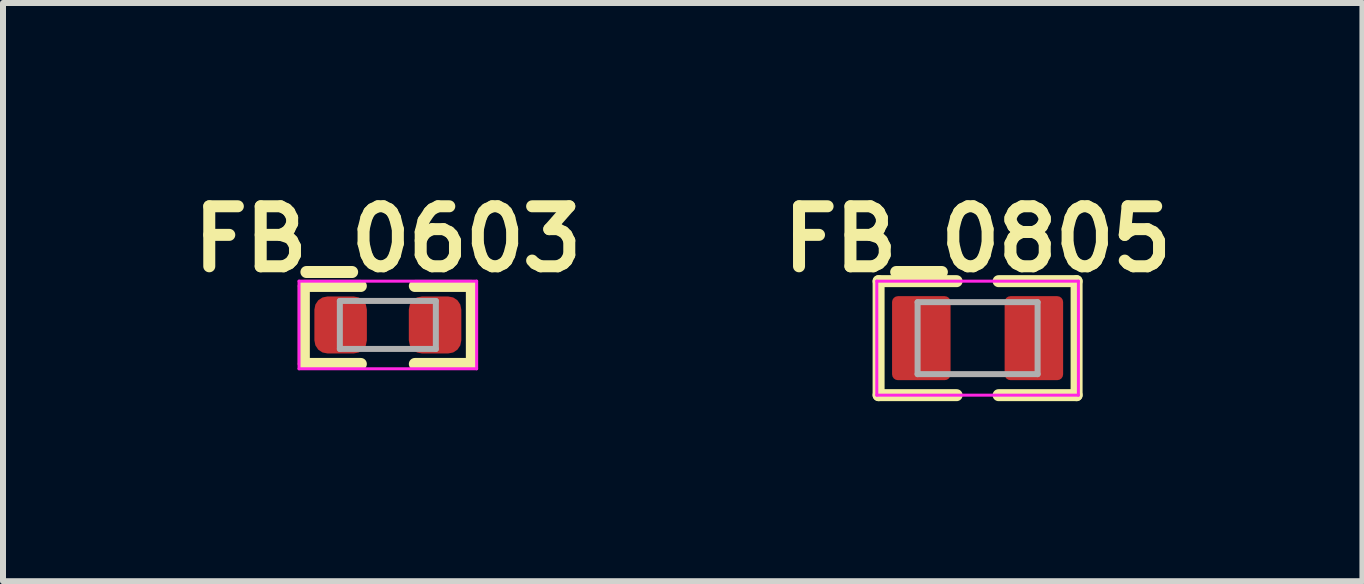
<source format=kicad_pcb>
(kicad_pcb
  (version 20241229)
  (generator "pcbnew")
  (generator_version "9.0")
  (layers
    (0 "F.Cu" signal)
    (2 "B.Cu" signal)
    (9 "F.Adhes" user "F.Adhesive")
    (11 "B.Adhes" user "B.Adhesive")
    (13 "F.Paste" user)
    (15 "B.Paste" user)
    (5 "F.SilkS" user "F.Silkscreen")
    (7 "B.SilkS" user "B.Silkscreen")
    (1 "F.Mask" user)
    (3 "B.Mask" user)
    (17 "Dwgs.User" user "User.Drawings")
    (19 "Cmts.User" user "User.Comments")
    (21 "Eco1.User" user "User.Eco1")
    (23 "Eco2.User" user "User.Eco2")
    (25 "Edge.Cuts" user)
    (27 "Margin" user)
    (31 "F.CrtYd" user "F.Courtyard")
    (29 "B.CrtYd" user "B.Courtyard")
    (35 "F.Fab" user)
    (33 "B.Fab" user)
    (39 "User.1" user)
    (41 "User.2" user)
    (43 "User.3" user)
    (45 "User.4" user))
  (footprint "FB_0603"
    (layer "F.Cu")
    (at 3.414 2.366)
    (property "Reference" "FB_0603" (at 0 -1.43 0) (layer "F.SilkS") (effects (font (size 1 1) (thickness 0.2))))
    (attr smd)
    (fp_line (start -1.4 -0.65) (end -1.4 0.65) (stroke (width 0.2) (type solid)) (layer "F.SilkS"))
    (fp_line (start -1.4 0.65) (end -0.45 0.65) (stroke (width 0.2) (type solid)) (layer "F.SilkS"))
    (fp_line (start -0.45 -0.65) (end -1.4 -0.65) (stroke (width 0.2) (type solid)) (layer "F.SilkS"))
    (fp_line (start 1.4 -0.65) (end 0.45 -0.65) (stroke (width 0.2) (type solid)) (layer "F.SilkS"))
    (fp_line (start 1.4 -0.65) (end 1.4 0.65) (stroke (width 0.2) (type solid)) (layer "F.SilkS"))
    (fp_line (start 1.4 0.65) (end 0.45 0.65) (stroke (width 0.2) (type solid)) (layer "F.SilkS"))
    (fp_line (start -1.48 -0.73) (end 1.48 -0.73) (stroke (width 0.05) (type solid)) (layer "F.CrtYd"))
    (fp_line (start -1.48 0.73) (end -1.48 -0.73) (stroke (width 0.05) (type solid)) (layer "F.CrtYd"))
    (fp_line (start 1.48 -0.73) (end 1.48 0.73) (stroke (width 0.05) (type solid)) (layer "F.CrtYd"))
    (fp_line (start 1.48 0.73) (end -1.48 0.73) (stroke (width 0.05) (type solid)) (layer "F.CrtYd"))
    (fp_line (start -0.8 -0.4) (end 0.8 -0.4) (stroke (width 0.1) (type solid)) (layer "F.Fab"))
    (fp_line (start -0.8 0.4) (end -0.8 -0.4) (stroke (width 0.1) (type solid)) (layer "F.Fab"))
    (fp_line (start 0.8 -0.4) (end 0.8 0.4) (stroke (width 0.1) (type solid)) (layer "F.Fab"))
    (fp_line (start 0.8 0.4) (end -0.8 0.4) (stroke (width 0.1) (type solid)) (layer "F.Fab"))
    (pad "1" smd roundrect (at -0.787 0) (size 0.875 0.95) (layers "F.Cu" "F.Mask" "F.Paste") (roundrect_rratio 0.25))
    (pad "2" smd roundrect (at 0.787 0) (size 0.875 0.95) (layers "F.Cu" "F.Mask" "F.Paste") (roundrect_rratio 0.25)))
  (footprint "FB_0805"
    (layer "F.Cu")
    (at 13.243 2.586)
    (property "Reference" "FB_0805" (at 0 -1.65 0) (layer "F.SilkS") (effects (font (size 1 1) (thickness 0.2))))
    (attr smd)
    (fp_line (start -1.65 -0.95) (end -1.65 0.95) (stroke (width 0.2) (type solid)) (layer "F.SilkS"))
    (fp_line (start -1.65 0.95) (end -0.35 0.95) (stroke (width 0.2) (type solid)) (layer "F.SilkS"))
    (fp_line (start -0.35 -0.95) (end -1.65 -0.95) (stroke (width 0.2) (type solid)) (layer "F.SilkS"))
    (fp_line (start 0.35 -0.95) (end 1.65 -0.95) (stroke (width 0.2) (type solid)) (layer "F.SilkS"))
    (fp_line (start 1.65 -0.95) (end 1.65 0.95) (stroke (width 0.2) (type solid)) (layer "F.SilkS"))
    (fp_line (start 1.65 0.95) (end 0.35 0.95) (stroke (width 0.2) (type solid)) (layer "F.SilkS"))
    (fp_line (start -1.68 -0.95) (end 1.68 -0.95) (stroke (width 0.05) (type solid)) (layer "F.CrtYd"))
    (fp_line (start -1.68 0.95) (end -1.68 -0.95) (stroke (width 0.05) (type solid)) (layer "F.CrtYd"))
    (fp_line (start 1.68 -0.95) (end 1.68 0.95) (stroke (width 0.05) (type solid)) (layer "F.CrtYd"))
    (fp_line (start 1.68 0.95) (end -1.68 0.95) (stroke (width 0.05) (type solid)) (layer "F.CrtYd"))
    (fp_line (start -1 -0.6) (end 1 -0.6) (stroke (width 0.1) (type solid)) (layer "F.Fab"))
    (fp_line (start -1 0.6) (end -1 -0.6) (stroke (width 0.1) (type solid)) (layer "F.Fab"))
    (fp_line (start 1 -0.6) (end 1 0.6) (stroke (width 0.1) (type solid)) (layer "F.Fab"))
    (fp_line (start 1 0.6) (end -1 0.6) (stroke (width 0.1) (type solid)) (layer "F.Fab"))
    (pad "1" smd roundrect (at -0.938 0) (size 0.975 1.4) (layers "F.Cu" "F.Mask" "F.Paste") (roundrect_rratio 0.1))
    (pad "2" smd roundrect (at 0.938 0) (size 0.975 1.4) (layers "F.Cu" "F.Mask" "F.Paste") (roundrect_rratio 0.1)))
  (gr_rect
    (start -3 -3)
    (end 19.657 6.636)
    (stroke (width 0.1) (type default))
    (fill no)
    (layer "Edge.Cuts")))
</source>
